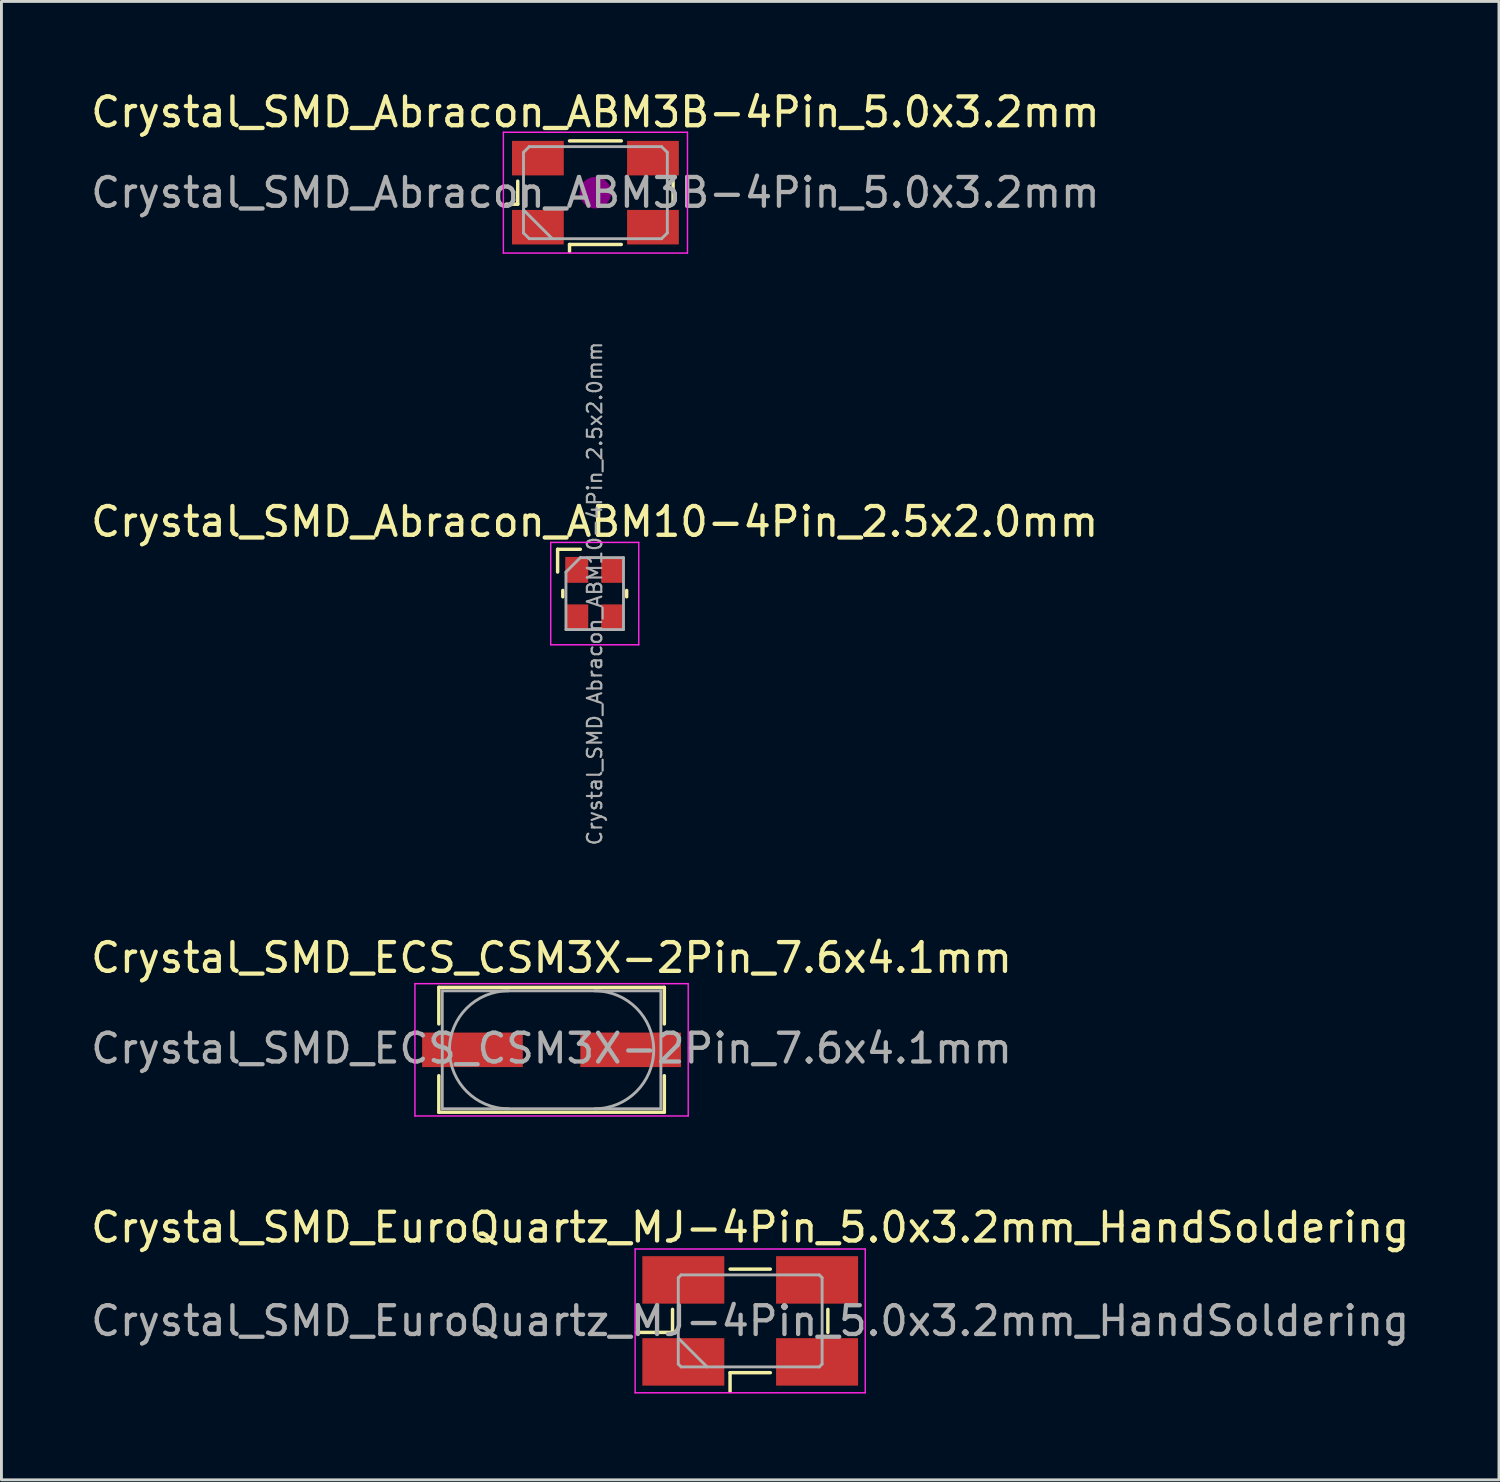
<source format=kicad_pcb>
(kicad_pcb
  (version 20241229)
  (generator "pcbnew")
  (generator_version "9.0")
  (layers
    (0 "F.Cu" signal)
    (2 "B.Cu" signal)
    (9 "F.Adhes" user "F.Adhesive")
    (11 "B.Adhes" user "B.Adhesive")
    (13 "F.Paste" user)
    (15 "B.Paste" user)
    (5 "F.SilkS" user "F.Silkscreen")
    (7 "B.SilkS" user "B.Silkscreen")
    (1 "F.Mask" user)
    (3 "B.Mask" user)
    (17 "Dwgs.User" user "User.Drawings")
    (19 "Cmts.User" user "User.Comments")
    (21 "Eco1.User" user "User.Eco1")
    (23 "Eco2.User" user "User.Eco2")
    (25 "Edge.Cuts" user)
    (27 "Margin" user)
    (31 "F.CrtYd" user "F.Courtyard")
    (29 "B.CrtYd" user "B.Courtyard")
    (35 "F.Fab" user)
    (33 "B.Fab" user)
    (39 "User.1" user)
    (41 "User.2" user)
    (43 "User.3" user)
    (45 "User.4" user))
  (footprint "Crystal_SMD_Abracon_ABM10-4Pin_2.5x2.0mm"
    (layer "F.Cu")
    (at 17.625 17.586)
    (property "Reference" "Crystal_SMD_Abracon_ABM10-4Pin_2.5x2.0mm" (at 0 -2.5 0) (layer "F.SilkS") (effects (font (size 1 1) (thickness 0.15))))
    (attr smd)
    (fp_line (start -1.29 -0.75) (end -1.29 -1.54) (stroke (width 0.12) (type solid)) (layer "F.SilkS"))
    (fp_line (start -1.11 -0.11) (end -1.11 0.11) (stroke (width 0.12) (type solid)) (layer "F.SilkS"))
    (fp_line (start -0.5 -1.54) (end -1.29 -1.54) (stroke (width 0.12) (type solid)) (layer "F.SilkS"))
    (fp_line (start 1.11 -0.11) (end 1.11 0.11) (stroke (width 0.12) (type solid)) (layer "F.SilkS"))
    (fp_line (start -1.53 -1.78) (end -1.53 1.78) (stroke (width 0.05) (type solid)) (layer "F.CrtYd"))
    (fp_line (start -1.53 1.78) (end 1.53 1.78) (stroke (width 0.05) (type solid)) (layer "F.CrtYd"))
    (fp_line (start 1.53 -1.78) (end -1.53 -1.78) (stroke (width 0.05) (type solid)) (layer "F.CrtYd"))
    (fp_line (start 1.53 -1.78) (end 1.53 1.78) (stroke (width 0.05) (type solid)) (layer "F.CrtYd"))
    (fp_line (start -1 -0.75) (end -1 1.25) (stroke (width 0.1) (type solid)) (layer "F.Fab"))
    (fp_line (start -1 1.25) (end 1 1.25) (stroke (width 0.1) (type solid)) (layer "F.Fab"))
    (fp_line (start -0.5 -1.25) (end -1 -0.75) (stroke (width 0.1) (type solid)) (layer "F.Fab"))
    (fp_line (start -0.5 -1.25) (end 1 -1.25) (stroke (width 0.1) (type solid)) (layer "F.Fab"))
    (fp_line (start 1 -1.25) (end 1 1.25) (stroke (width 0.1) (type solid)) (layer "F.Fab"))
    (fp_text user "${REFERENCE}" (at 0 0 90) (layer "F.Fab") (effects (font (size 0.5 0.5) (thickness 0.075))))
    (pad "1" smd rect (at -0.625 -0.825) (size 0.8 0.9) (layers "F.Cu" "F.Mask" "F.Paste"))
    (pad "2" smd rect (at -0.625 0.825) (size 0.8 0.9) (layers "F.Cu" "F.Mask" "F.Paste"))
    (pad "3" smd rect (at 0.625 0.825) (size 0.8 0.9) (layers "F.Cu" "F.Mask" "F.Paste"))
    (pad "4" smd rect (at 0.625 -0.825) (size 0.8 0.9) (layers "F.Cu" "F.Mask" "F.Paste")))
  (footprint "Crystal_SMD_EuroQuartz_MJ-4Pin_5.0x3.2mm_HandSoldering"
    (layer "F.Cu")
    (at 23.03 42.87)
    (property "Reference" "Crystal_SMD_EuroQuartz_MJ-4Pin_5.0x3.2mm_HandSoldering" (at 0 -3.25 0) (layer "F.SilkS") (effects (font (size 1 1) (thickness 0.15))))
    (attr smd)
    (fp_line (start -3.95 0.4) (end -2.7 0.4) (stroke (width 0.12) (type solid)) (layer "F.SilkS"))
    (fp_line (start -2.7 0.4) (end -2.7 -0.4) (stroke (width 0.12) (type solid)) (layer "F.SilkS"))
    (fp_line (start -0.7 -1.8) (end 0.7 -1.8) (stroke (width 0.12) (type solid)) (layer "F.SilkS"))
    (fp_line (start -0.7 1.8) (end -0.7 2.45) (stroke (width 0.12) (type solid)) (layer "F.SilkS"))
    (fp_line (start 0.7 1.8) (end -0.7 1.8) (stroke (width 0.12) (type solid)) (layer "F.SilkS"))
    (fp_line (start 2.7 -0.4) (end 2.7 0.4) (stroke (width 0.12) (type solid)) (layer "F.SilkS"))
    (fp_line (start -4 -2.5) (end -4 2.5) (stroke (width 0.05) (type solid)) (layer "F.CrtYd"))
    (fp_line (start -4 2.5) (end 4 2.5) (stroke (width 0.05) (type solid)) (layer "F.CrtYd"))
    (fp_line (start 4 -2.5) (end -4 -2.5) (stroke (width 0.05) (type solid)) (layer "F.CrtYd"))
    (fp_line (start 4 2.5) (end 4 -2.5) (stroke (width 0.05) (type solid)) (layer "F.CrtYd"))
    (fp_line (start -2.5 -1.5) (end -2.4 -1.6) (stroke (width 0.1) (type solid)) (layer "F.Fab"))
    (fp_line (start -2.5 0.6) (end -1.5 1.6) (stroke (width 0.1) (type solid)) (layer "F.Fab"))
    (fp_line (start -2.5 1.5) (end -2.5 -1.5) (stroke (width 0.1) (type solid)) (layer "F.Fab"))
    (fp_line (start -2.4 -1.6) (end 2.4 -1.6) (stroke (width 0.1) (type solid)) (layer "F.Fab"))
    (fp_line (start -2.4 1.6) (end -2.5 1.5) (stroke (width 0.1) (type solid)) (layer "F.Fab"))
    (fp_line (start 2.4 -1.6) (end 2.5 -1.5) (stroke (width 0.1) (type solid)) (layer "F.Fab"))
    (fp_line (start 2.4 1.6) (end -2.4 1.6) (stroke (width 0.1) (type solid)) (layer "F.Fab"))
    (fp_line (start 2.5 -1.5) (end 2.5 1.5) (stroke (width 0.1) (type solid)) (layer "F.Fab"))
    (fp_line (start 2.5 1.5) (end 2.4 1.6) (stroke (width 0.1) (type solid)) (layer "F.Fab"))
    (fp_text user "${REFERENCE}" (at 0 0 0) (layer "F.Fab") (effects (font (size 1 1) (thickness 0.15))))
    (pad "1" smd rect (at -2.325 1.425) (size 2.85 1.65) (layers "F.Cu" "F.Mask" "F.Paste"))
    (pad "2" smd rect (at 2.325 1.425) (size 2.85 1.65) (layers "F.Cu" "F.Mask" "F.Paste"))
    (pad "3" smd rect (at 2.325 -1.425) (size 2.85 1.65) (layers "F.Cu" "F.Mask" "F.Paste"))
    (pad "4" smd rect (at -2.325 -1.425) (size 2.85 1.65) (layers "F.Cu" "F.Mask" "F.Paste")))
  (footprint "Crystal_SMD_ECS_CSM3X-2Pin_7.6x4.1mm"
    (layer "F.Cu")
    (at 16.125 33.446)
    (property "Reference" "Crystal_SMD_ECS_CSM3X-2Pin_7.6x4.1mm" (at 0 -3.2 0) (layer "F.SilkS") (effects (font (size 1 1) (thickness 0.15))))
    (attr smd)
    (fp_line (start -3.92 -2.17) (end -3.92 -0.9) (stroke (width 0.12) (type solid)) (layer "F.SilkS"))
    (fp_line (start -3.92 -2.17) (end 3.92 -2.17) (stroke (width 0.12) (type solid)) (layer "F.SilkS"))
    (fp_line (start -3.92 2.17) (end -3.92 0.9) (stroke (width 0.12) (type solid)) (layer "F.SilkS"))
    (fp_line (start -3.92 2.17) (end 3.92 2.17) (stroke (width 0.12) (type solid)) (layer "F.SilkS"))
    (fp_line (start 3.92 -2.17) (end 3.92 -0.9) (stroke (width 0.12) (type solid)) (layer "F.SilkS"))
    (fp_line (start 3.92 2.17) (end 3.92 0.9) (stroke (width 0.12) (type solid)) (layer "F.SilkS"))
    (fp_line (start -4.75 -2.3) (end -4.75 2.3) (stroke (width 0.05) (type solid)) (layer "F.CrtYd"))
    (fp_line (start -4.75 -2.3) (end 4.75 -2.3) (stroke (width 0.05) (type solid)) (layer "F.CrtYd"))
    (fp_line (start -4.75 2.3) (end 4.75 2.3) (stroke (width 0.05) (type solid)) (layer "F.CrtYd"))
    (fp_line (start 4.75 -2.3) (end 4.75 2.3) (stroke (width 0.05) (type solid)) (layer "F.CrtYd"))
    (fp_line (start -3.8 -2.05) (end 3.8 -2.05) (stroke (width 0.1) (type solid)) (layer "F.Fab"))
    (fp_line (start -3.8 2.05) (end -3.8 -2.05) (stroke (width 0.1) (type solid)) (layer "F.Fab"))
    (fp_line (start 3.8 -2.05) (end 3.8 2.05) (stroke (width 0.1) (type solid)) (layer "F.Fab"))
    (fp_line (start 3.8 2.05) (end -3.8 2.05) (stroke (width 0.1) (type solid)) (layer "F.Fab"))
    (fp_arc (start -1.5 2.05) (mid -3.55 0) (end -1.5 -2.05) (stroke (width 0.1) (type solid)) (layer "F.Fab"))
    (fp_arc (start 1.5 -2.05) (mid 3.55 0) (end 1.5 2.05) (stroke (width 0.1) (type solid)) (layer "F.Fab"))
    (fp_text user "${REFERENCE}" (at 0 -0.05 0) (layer "F.Fab") (effects (font (size 1 1) (thickness 0.15))))
    (pad "1" smd rect (at -2.75 0) (size 3.5 1.2) (layers "F.Cu" "F.Mask" "F.Paste"))
    (pad "2" smd rect (at 2.75 0) (size 3.5 1.2) (layers "F.Cu" "F.Mask" "F.Paste")))
  (footprint "Crystal_SMD_Abracon_ABM3B-4Pin_5.0x3.2mm"
    (layer "F.Cu")
    (at 17.649 3.648)
    (property "Reference" "Crystal_SMD_Abracon_ABM3B-4Pin_5.0x3.2mm" (at 0 -2.8 0) (layer "F.SilkS") (effects (font (size 1 1) (thickness 0.15))))
    (attr smd)
    (fp_line (start -3.1 0.4) (end -2.7 0.4) (stroke (width 0.12) (type solid)) (layer "F.SilkS"))
    (fp_line (start -2.7 0.4) (end -2.7 -0.4) (stroke (width 0.12) (type solid)) (layer "F.SilkS"))
    (fp_line (start -0.9 -1.8) (end 0.9 -1.8) (stroke (width 0.12) (type solid)) (layer "F.SilkS"))
    (fp_line (start -0.9 1.8) (end -0.9 2.04) (stroke (width 0.12) (type solid)) (layer "F.SilkS"))
    (fp_line (start 0.9 1.8) (end -0.9 1.8) (stroke (width 0.12) (type solid)) (layer "F.SilkS"))
    (fp_line (start 2.7 -0.4) (end 2.7 0.4) (stroke (width 0.12) (type solid)) (layer "F.SilkS"))
    (fp_circle (center 0 0) (end 0.117 0) (stroke (width 0.233) (type solid)) (fill no) (layer "F.Adhes"))
    (fp_circle (center 0 0) (end 0.267 0) (stroke (width 0.167) (type solid)) (fill no) (layer "F.Adhes"))
    (fp_circle (center 0 0) (end 0.417 0) (stroke (width 0.167) (type solid)) (fill no) (layer "F.Adhes"))
    (fp_circle (center 0 0) (end 0.5 0) (stroke (width 0.1) (type solid)) (fill no) (layer "F.Adhes"))
    (fp_line (start -3.2 -2.1) (end -3.2 2.1) (stroke (width 0.05) (type solid)) (layer "F.CrtYd"))
    (fp_line (start -3.2 2.1) (end 3.2 2.1) (stroke (width 0.05) (type solid)) (layer "F.CrtYd"))
    (fp_line (start 3.2 -2.1) (end -3.2 -2.1) (stroke (width 0.05) (type solid)) (layer "F.CrtYd"))
    (fp_line (start 3.2 2.1) (end 3.2 -2.1) (stroke (width 0.05) (type solid)) (layer "F.CrtYd"))
    (fp_line (start -2.5 -1.4) (end -2.3 -1.6) (stroke (width 0.1) (type solid)) (layer "F.Fab"))
    (fp_line (start -2.5 0.6) (end -1.5 1.6) (stroke (width 0.1) (type solid)) (layer "F.Fab"))
    (fp_line (start -2.5 1.4) (end -2.5 -1.4) (stroke (width 0.1) (type solid)) (layer "F.Fab"))
    (fp_line (start -2.3 -1.6) (end 2.3 -1.6) (stroke (width 0.1) (type solid)) (layer "F.Fab"))
    (fp_line (start -2.3 1.6) (end -2.5 1.4) (stroke (width 0.1) (type solid)) (layer "F.Fab"))
    (fp_line (start 2.3 -1.6) (end 2.5 -1.4) (stroke (width 0.1) (type solid)) (layer "F.Fab"))
    (fp_line (start 2.3 1.6) (end -2.3 1.6) (stroke (width 0.1) (type solid)) (layer "F.Fab"))
    (fp_line (start 2.5 -1.4) (end 2.5 1.4) (stroke (width 0.1) (type solid)) (layer "F.Fab"))
    (fp_line (start 2.5 1.4) (end 2.3 1.6) (stroke (width 0.1) (type solid)) (layer "F.Fab"))
    (fp_text user "${REFERENCE}" (at 0 0 0) (layer "F.Fab") (effects (font (size 1 1) (thickness 0.15))))
    (pad "1" smd rect (at -2 1.2) (size 1.8 1.2) (layers "F.Cu" "F.Mask" "F.Paste"))
    (pad "2" smd rect (at 2 1.2) (size 1.8 1.2) (layers "F.Cu" "F.Mask" "F.Paste"))
    (pad "3" smd rect (at 2 -1.2) (size 1.8 1.2) (layers "F.Cu" "F.Mask" "F.Paste"))
    (pad "4" smd rect (at -2 -1.2) (size 1.8 1.2) (layers "F.Cu" "F.Mask" "F.Paste")))
  (gr_rect
    (start -3 -3)
    (end 49.06 48.395)
    (stroke (width 0.1) (type default))
    (fill no)
    (layer "Edge.Cuts")))
</source>
